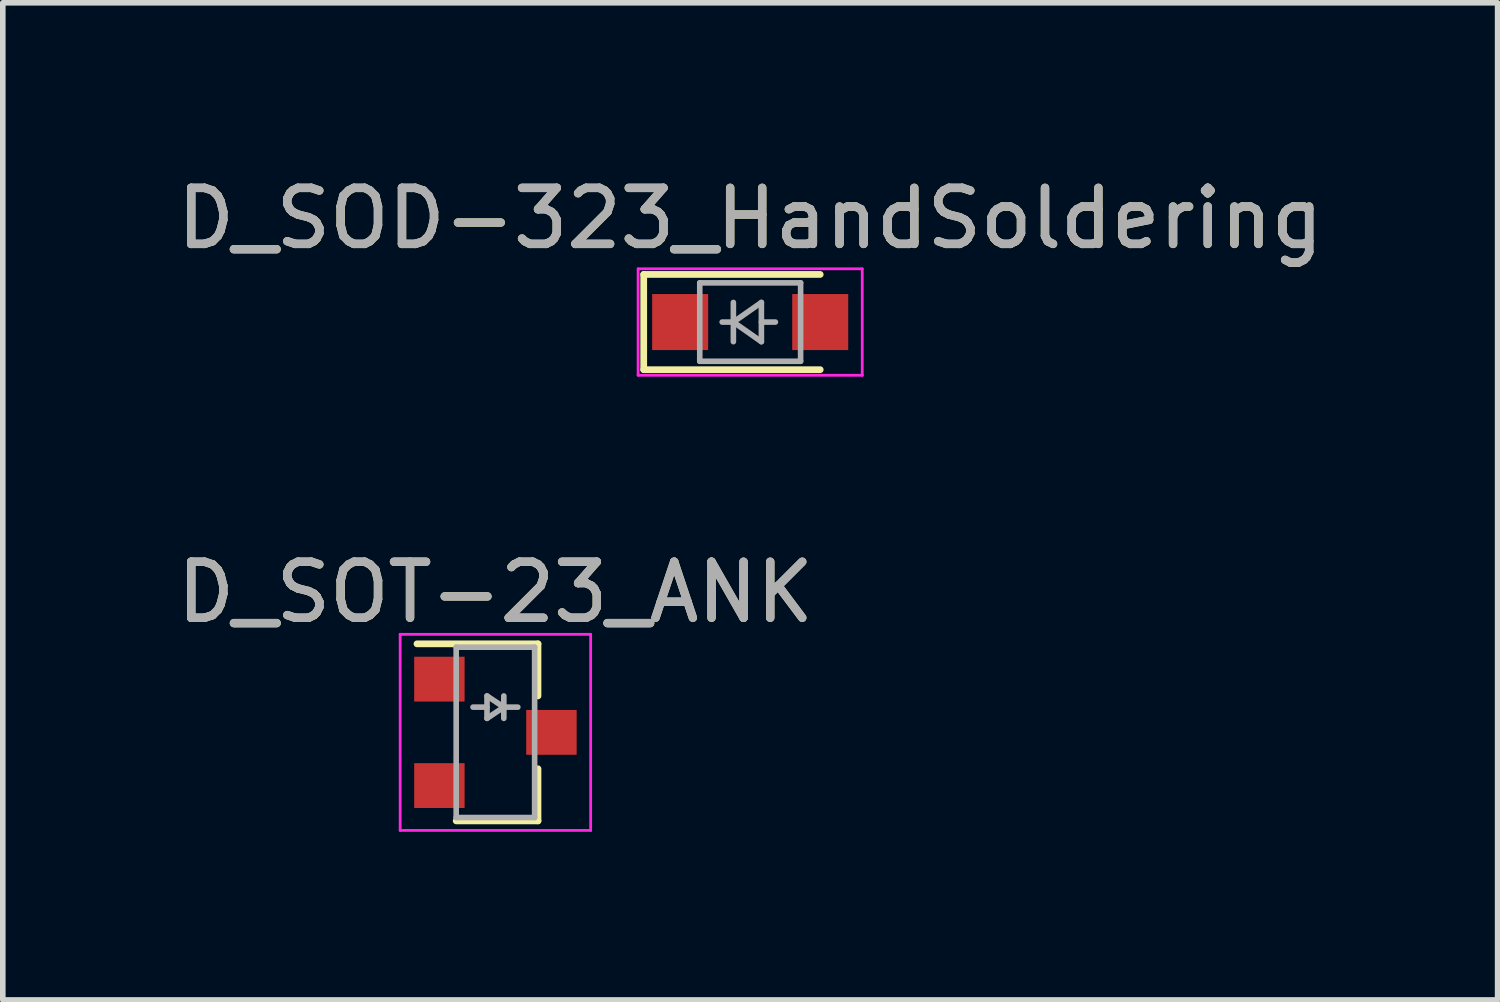
<source format=kicad_pcb>
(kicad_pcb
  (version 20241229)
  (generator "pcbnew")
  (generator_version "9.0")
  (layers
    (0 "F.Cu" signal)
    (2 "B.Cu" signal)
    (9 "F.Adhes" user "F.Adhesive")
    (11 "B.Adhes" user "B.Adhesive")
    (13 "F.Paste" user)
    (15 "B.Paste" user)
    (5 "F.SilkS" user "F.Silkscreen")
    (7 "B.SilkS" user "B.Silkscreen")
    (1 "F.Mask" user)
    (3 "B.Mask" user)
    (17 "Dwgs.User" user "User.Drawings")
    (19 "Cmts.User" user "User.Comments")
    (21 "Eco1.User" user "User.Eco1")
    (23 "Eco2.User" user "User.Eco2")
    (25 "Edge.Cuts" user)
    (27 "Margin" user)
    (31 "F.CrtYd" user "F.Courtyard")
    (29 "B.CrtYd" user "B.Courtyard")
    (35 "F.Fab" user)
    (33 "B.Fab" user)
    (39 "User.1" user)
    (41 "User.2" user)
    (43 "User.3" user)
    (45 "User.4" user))
  (footprint "D_SOD-323_HandSoldering"
    (layer "F.Cu")
    (at 10.339 2.698)
    (property "Reference" "D_SOD-323_HandSoldering" (at 0 -1.85 0) (layer "F.SilkS") (effects (font (size 1 1) (thickness 0.15))))
    (attr smd)
    (fp_line (start -1.9 -0.85) (end -1.9 0.85) (stroke (width 0.12) (type solid)) (layer "F.SilkS"))
    (fp_line (start -1.9 -0.85) (end 1.25 -0.85) (stroke (width 0.12) (type solid)) (layer "F.SilkS"))
    (fp_line (start -1.9 0.85) (end 1.25 0.85) (stroke (width 0.12) (type solid)) (layer "F.SilkS"))
    (fp_line (start -2 -0.95) (end -2 0.95) (stroke (width 0.05) (type solid)) (layer "F.CrtYd"))
    (fp_line (start -2 -0.95) (end 2 -0.95) (stroke (width 0.05) (type solid)) (layer "F.CrtYd"))
    (fp_line (start -2 0.95) (end 2 0.95) (stroke (width 0.05) (type solid)) (layer "F.CrtYd"))
    (fp_line (start 2 -0.95) (end 2 0.95) (stroke (width 0.05) (type solid)) (layer "F.CrtYd"))
    (fp_line (start -0.9 -0.7) (end 0.9 -0.7) (stroke (width 0.1) (type solid)) (layer "F.Fab"))
    (fp_line (start -0.9 0.7) (end -0.9 -0.7) (stroke (width 0.1) (type solid)) (layer "F.Fab"))
    (fp_line (start -0.3 -0.35) (end -0.3 0.35) (stroke (width 0.1) (type solid)) (layer "F.Fab"))
    (fp_line (start -0.3 0) (end -0.5 0) (stroke (width 0.1) (type solid)) (layer "F.Fab"))
    (fp_line (start -0.3 0) (end 0.2 -0.35) (stroke (width 0.1) (type solid)) (layer "F.Fab"))
    (fp_line (start 0.2 -0.35) (end 0.2 0.35) (stroke (width 0.1) (type solid)) (layer "F.Fab"))
    (fp_line (start 0.2 0) (end 0.45 0) (stroke (width 0.1) (type solid)) (layer "F.Fab"))
    (fp_line (start 0.2 0.35) (end -0.3 0) (stroke (width 0.1) (type solid)) (layer "F.Fab"))
    (fp_line (start 0.9 -0.7) (end 0.9 0.7) (stroke (width 0.1) (type solid)) (layer "F.Fab"))
    (fp_line (start 0.9 0.7) (end -0.9 0.7) (stroke (width 0.1) (type solid)) (layer "F.Fab"))
    (fp_text user "${REFERENCE}" (at 0 -1.85 0) (layer "F.Fab") (effects (font (size 1 1) (thickness 0.15))))
    (pad "1" smd rect (at -1.25 0) (size 1 1) (layers "F.Cu" "F.Mask" "F.Paste"))
    (pad "2" smd rect (at 1.25 0) (size 1 1) (layers "F.Cu" "F.Mask" "F.Paste")))
  (footprint "D_SOT-23_ANK"
    (layer "F.Cu")
    (at 5.792 10.021)
    (property "Reference" "D_SOT-23_ANK" (at 0 -2.5 0) (layer "F.SilkS") (effects (font (size 1 1) (thickness 0.15))))
    (attr smd)
    (fp_line (start 0.76 -1.58) (end -1.4 -1.58) (stroke (width 0.12) (type solid)) (layer "F.SilkS"))
    (fp_line (start 0.76 -1.58) (end 0.76 -0.65) (stroke (width 0.12) (type solid)) (layer "F.SilkS"))
    (fp_line (start 0.76 1.58) (end -0.7 1.58) (stroke (width 0.12) (type solid)) (layer "F.SilkS"))
    (fp_line (start 0.76 1.58) (end 0.76 0.65) (stroke (width 0.12) (type solid)) (layer "F.SilkS"))
    (fp_line (start -1.7 -1.75) (end 1.7 -1.75) (stroke (width 0.05) (type solid)) (layer "F.CrtYd"))
    (fp_line (start -1.7 1.75) (end -1.7 -1.75) (stroke (width 0.05) (type solid)) (layer "F.CrtYd"))
    (fp_line (start 1.7 -1.75) (end 1.7 1.75) (stroke (width 0.05) (type solid)) (layer "F.CrtYd"))
    (fp_line (start 1.7 1.75) (end -1.7 1.75) (stroke (width 0.05) (type solid)) (layer "F.CrtYd"))
    (fp_line (start -0.7 -1.52) (end -0.7 1.52) (stroke (width 0.1) (type solid)) (layer "F.Fab"))
    (fp_line (start -0.7 -1.52) (end 0.7 -1.52) (stroke (width 0.1) (type solid)) (layer "F.Fab"))
    (fp_line (start -0.7 1.52) (end 0.7 1.52) (stroke (width 0.1) (type solid)) (layer "F.Fab"))
    (fp_line (start -0.15 -0.65) (end -0.15 -0.25) (stroke (width 0.1) (type solid)) (layer "F.Fab"))
    (fp_line (start -0.15 -0.45) (end -0.4 -0.45) (stroke (width 0.1) (type solid)) (layer "F.Fab"))
    (fp_line (start -0.15 -0.25) (end 0.15 -0.45) (stroke (width 0.1) (type solid)) (layer "F.Fab"))
    (fp_line (start 0.15 -0.65) (end 0.15 -0.25) (stroke (width 0.1) (type solid)) (layer "F.Fab"))
    (fp_line (start 0.15 -0.45) (end -0.15 -0.65) (stroke (width 0.1) (type solid)) (layer "F.Fab"))
    (fp_line (start 0.15 -0.45) (end 0.4 -0.45) (stroke (width 0.1) (type solid)) (layer "F.Fab"))
    (fp_line (start 0.7 -1.52) (end 0.7 1.52) (stroke (width 0.1) (type solid)) (layer "F.Fab"))
    (fp_text user "${REFERENCE}" (at 0 -2.5 0) (layer "F.Fab") (effects (font (size 1 1) (thickness 0.15))))
    (pad "" smd rect (at -1 0.95) (size 0.9 0.8) (layers "F.Cu" "F.Mask" "F.Paste"))
    (pad "1" smd rect (at 1 0) (size 0.9 0.8) (layers "F.Cu" "F.Mask" "F.Paste"))
    (pad "2" smd rect (at -1 -0.95) (size 0.9 0.8) (layers "F.Cu" "F.Mask" "F.Paste")))
  (gr_rect
    (start -3 -3)
    (end 23.679 14.796)
    (stroke (width 0.1) (type default))
    (fill no)
    (layer "Edge.Cuts")))
</source>
